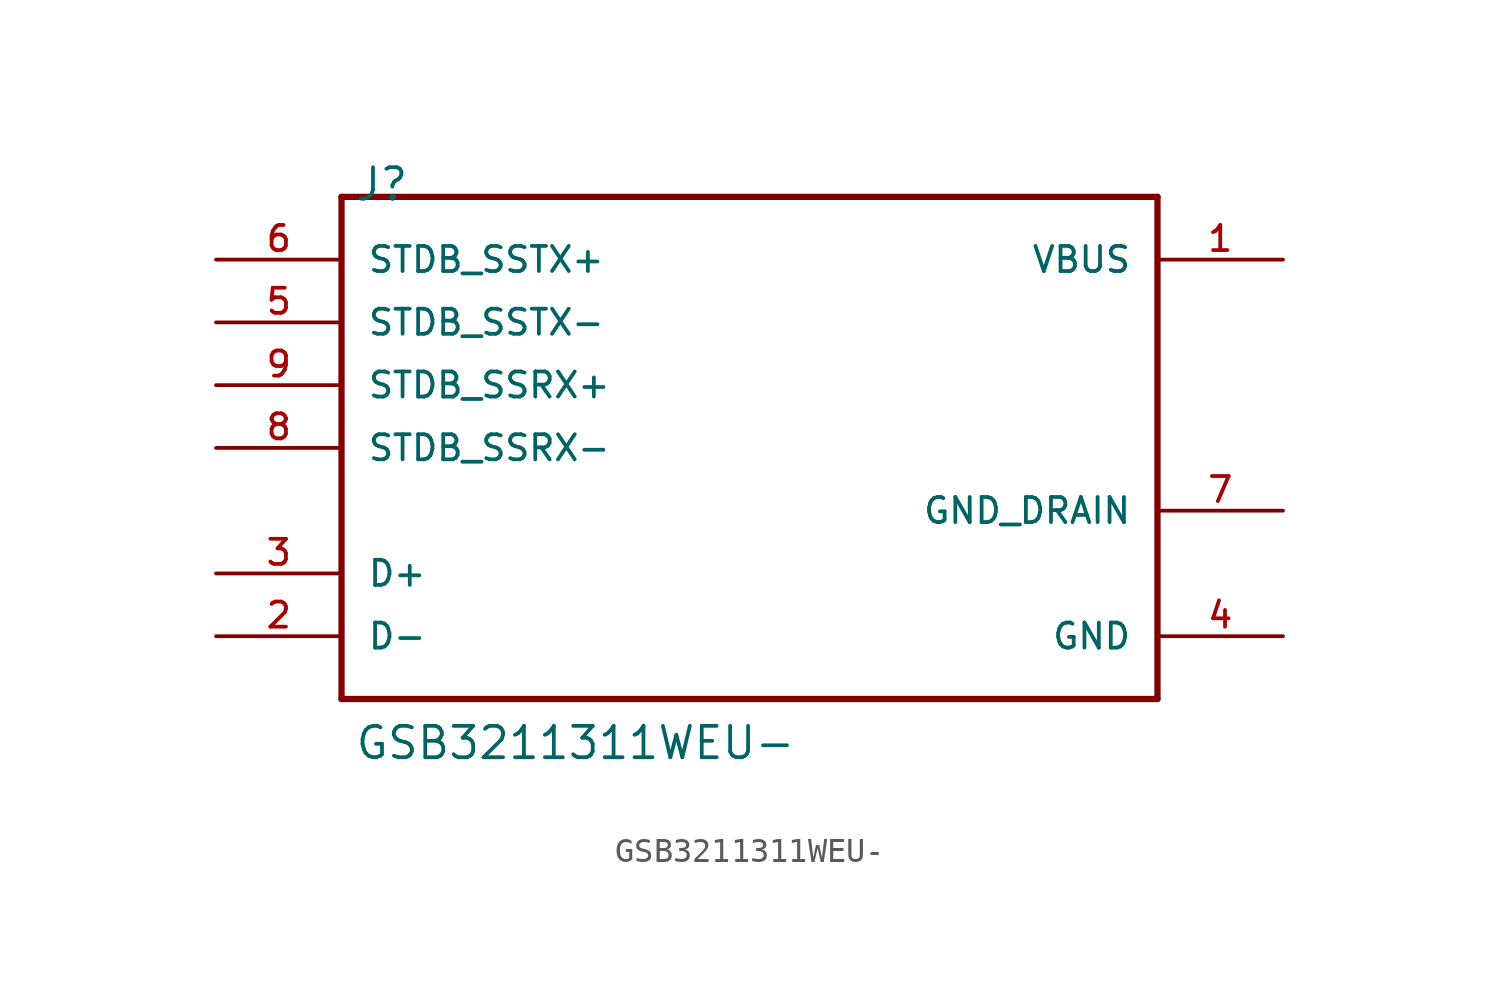
<source format=kicad_sym>
(kicad_symbol_lib
  (version 20231120)
  (generator "kicad_symbol_editor")
  (generator_version "8.0")
  (symbol "GSB3211311WEU-"
    (pin_names
      (offset 1.016))
    (property "Reference" "J"
      (at -17.272 10.668 0)
      (effects (font (size 1.27 1.27)) (justify left)))
    (property "Value" "GSB3211311WEU-"
      (at -17.272 -11.938 0)
      (effects (font (size 1.27 1.27)) (justify left)))
    (property "ki_locked" ""
      (at 0 0 0)
      (effects (font (size 1.27 1.27))))
    (symbol "GSB3211311WEU-_0_0"
      (polyline (pts (xy -17.78 -10.16) (xy 15.24 -10.16)) (stroke (width 0.254) (type solid)) (fill (type none)))
      (polyline (pts (xy -17.78 10.16) (xy -17.78 -10.16)) (stroke (width 0.254) (type solid)) (fill (type none)))
      (polyline (pts (xy 15.24 -10.16) (xy 15.24 10.16)) (stroke (width 0.254) (type solid)) (fill (type none)))
      (polyline (pts (xy 15.24 10.16) (xy -17.78 10.16)) (stroke (width 0.254) (type solid)) (fill (type none)))
      (pin power_out line (at 20.32 7.62 180) (length 5.08) (name "VBUS" (effects (font (size 1.016 1.016)))) (number "1" (effects (font (size 1.016 1.016)))))
      (pin bidirectional line (at -22.86 -7.62 0) (length 5.08) (name "D-" (effects (font (size 1.016 1.016)))) (number "2" (effects (font (size 1.016 1.016)))))
      (pin bidirectional line (at -22.86 -5.08 0) (length 5.08) (name "D+" (effects (font (size 1.016 1.016)))) (number "3" (effects (font (size 1.016 1.016)))))
      (pin power_out line (at 20.32 -7.62 180) (length 5.08) (name "GND" (effects (font (size 1.016 1.016)))) (number "4" (effects (font (size 1.016 1.016)))))
      (pin bidirectional line (at -22.86 5.08 0) (length 5.08) (name "STDB_SSTX-" (effects (font (size 1.016 1.016)))) (number "5" (effects (font (size 1.016 1.016)))))
      (pin bidirectional line (at -22.86 7.62 0) (length 5.08) (name "STDB_SSTX+" (effects (font (size 1.016 1.016)))) (number "6" (effects (font (size 1.016 1.016)))))
      (pin input line (at 20.32 -2.54 180) (length 5.08) (name "GND_DRAIN" (effects (font (size 1.016 1.016)))) (number "7" (effects (font (size 1.016 1.016)))))
      (pin bidirectional line (at -22.86 0 0) (length 5.08) (name "STDB_SSRX-" (effects (font (size 1.016 1.016)))) (number "8" (effects (font (size 1.016 1.016)))))
      (pin bidirectional line (at -22.86 2.54 0) (length 5.08) (name "STDB_SSRX+" (effects (font (size 1.016 1.016)))) (number "9" (effects (font (size 1.016 1.016))))))))
</source>
